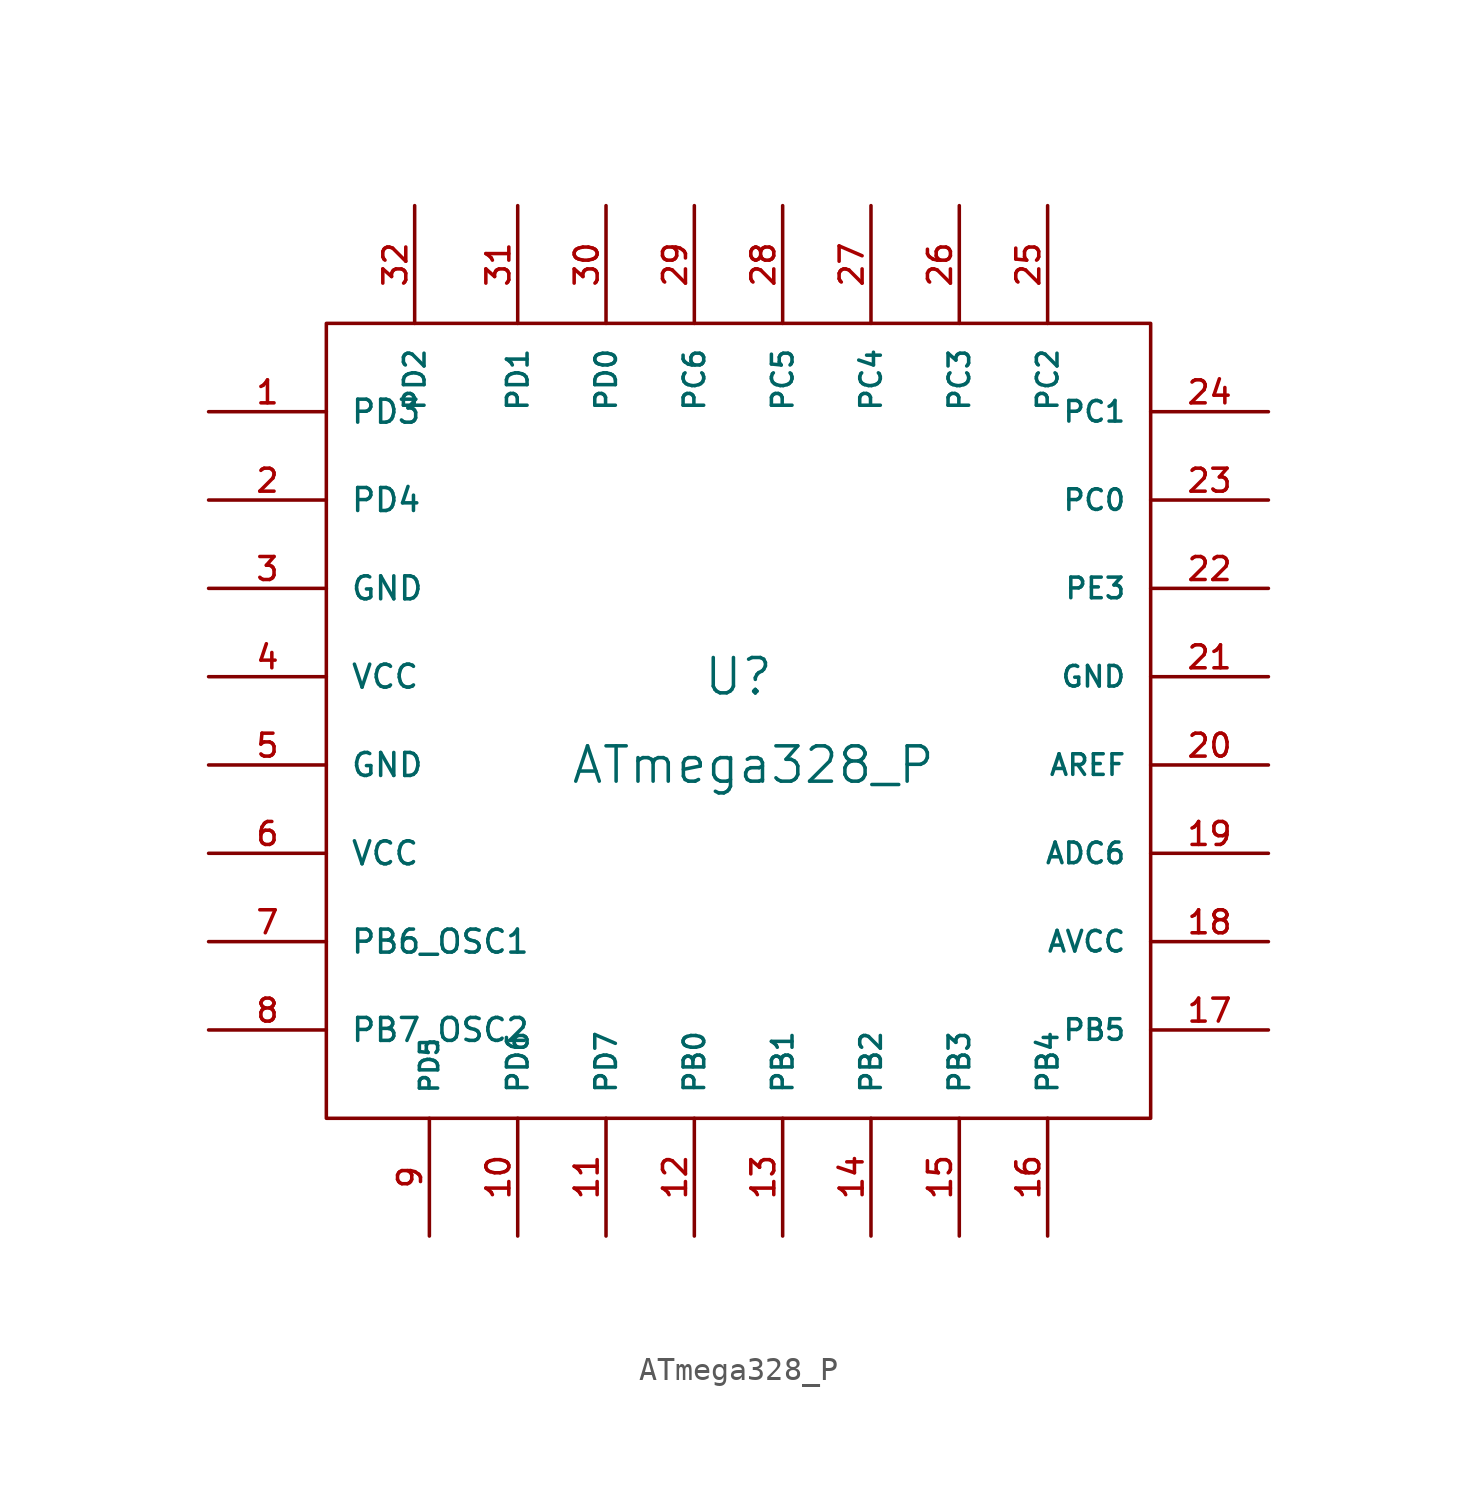
<source format=kicad_sym>
(kicad_symbol_lib
  (version 20211014)
  (generator kicad_symbol_editor)
  (symbol "ATmega328_P"
    (pin_names
      (offset 1.016))
    (property "Reference" "U"
      (at 0 1.905 0)
      (effects (font (size 1.524 1.524))))
    (property "Value" "ATmega328_P"
      (at 0.635 -1.905 0)
      (effects (font (size 1.524 1.524))))
    (symbol "ATmega328_P_0_1"
      (rectangle (start 17.78 17.145) (end -17.78 -17.145) (stroke (width 0) (type default) (color 0 0 0 0)) (fill (type none))))
    (symbol "ATmega328_P_1_1"
      (pin bidirectional line (at -22.86 13.335 0) (length 5.08) (name "PD3" (effects (font (size 0.991 0.991)))) (number "1" (effects (font (size 0.991 0.991)))))
      (pin input line (at -9.525 -22.225 90) (length 5.08) (name "PD6" (effects (font (size 0.889 0.889)))) (number "10" (effects (font (size 0.991 0.991)))))
      (pin input line (at -5.715 -22.225 90) (length 5.08) (name "PD7" (effects (font (size 0.889 0.889)))) (number "11" (effects (font (size 0.991 0.991)))))
      (pin input line (at -1.905 -22.225 90) (length 5.08) (name "PB0" (effects (font (size 0.889 0.889)))) (number "12" (effects (font (size 0.991 0.991)))))
      (pin input line (at 1.905 -22.225 90) (length 5.08) (name "PB1" (effects (font (size 0.889 0.889)))) (number "13" (effects (font (size 0.991 0.991)))))
      (pin input line (at 5.715 -22.225 90) (length 5.08) (name "PB2" (effects (font (size 0.889 0.889)))) (number "14" (effects (font (size 0.991 0.991)))))
      (pin input line (at 9.525 -22.225 90) (length 5.08) (name "PB3" (effects (font (size 0.889 0.889)))) (number "15" (effects (font (size 0.991 0.991)))))
      (pin input line (at 13.335 -22.225 90) (length 5.08) (name "PB4" (effects (font (size 0.889 0.889)))) (number "16" (effects (font (size 0.991 0.991)))))
      (pin input line (at 22.86 -13.335 180) (length 5.08) (name "PB5" (effects (font (size 0.889 0.889)))) (number "17" (effects (font (size 0.991 0.991)))))
      (pin power_in line (at 22.86 -9.525 180) (length 5.08) (name "AVCC" (effects (font (size 0.889 0.889)))) (number "18" (effects (font (size 0.991 0.991)))))
      (pin input line (at 22.86 -5.715 180) (length 5.08) (name "ADC6" (effects (font (size 0.889 0.889)))) (number "19" (effects (font (size 0.991 0.991)))))
      (pin bidirectional line (at -22.86 9.525 0) (length 5.08) (name "PD4" (effects (font (size 0.991 0.991)))) (number "2" (effects (font (size 0.991 0.991)))))
      (pin input line (at 22.86 -1.905 180) (length 5.08) (name "AREF" (effects (font (size 0.889 0.889)))) (number "20" (effects (font (size 0.991 0.991)))))
      (pin power_out line (at 22.86 1.905 180) (length 5.08) (name "GND" (effects (font (size 0.889 0.889)))) (number "21" (effects (font (size 0.991 0.991)))))
      (pin input line (at 22.86 5.715 180) (length 5.08) (name "PE3" (effects (font (size 0.889 0.889)))) (number "22" (effects (font (size 0.991 0.991)))))
      (pin input line (at 22.86 9.525 180) (length 5.08) (name "PC0" (effects (font (size 0.889 0.889)))) (number "23" (effects (font (size 0.991 0.991)))))
      (pin input line (at 22.86 13.335 180) (length 5.08) (name "PC1" (effects (font (size 0.889 0.889)))) (number "24" (effects (font (size 0.991 0.991)))))
      (pin input line (at 13.335 22.225 270) (length 5.08) (name "PC2" (effects (font (size 0.889 0.889)))) (number "25" (effects (font (size 0.991 0.991)))))
      (pin input line (at 9.525 22.225 270) (length 5.08) (name "PC3" (effects (font (size 0.889 0.889)))) (number "26" (effects (font (size 0.991 0.991)))))
      (pin input line (at 5.715 22.225 270) (length 5.08) (name "PC4" (effects (font (size 0.889 0.889)))) (number "27" (effects (font (size 0.991 0.991)))))
      (pin input line (at 1.905 22.225 270) (length 5.08) (name "PC5" (effects (font (size 0.889 0.889)))) (number "28" (effects (font (size 0.991 0.991)))))
      (pin input line (at -1.905 22.225 270) (length 5.08) (name "PC6" (effects (font (size 0.889 0.889)))) (number "29" (effects (font (size 0.991 0.991)))))
      (pin power_out line (at -22.86 5.715 0) (length 5.08) (name "GND" (effects (font (size 0.991 0.991)))) (number "3" (effects (font (size 0.991 0.991)))))
      (pin input line (at -5.715 22.225 270) (length 5.08) (name "PD0" (effects (font (size 0.889 0.889)))) (number "30" (effects (font (size 0.991 0.991)))))
      (pin input line (at -9.525 22.225 270) (length 5.08) (name "PD1" (effects (font (size 0.889 0.889)))) (number "31" (effects (font (size 0.991 0.991)))))
      (pin input line (at -13.97 22.225 270) (length 5.08) (name "PD2" (effects (font (size 0.889 0.889)))) (number "32" (effects (font (size 0.991 0.991)))))
      (pin power_in line (at -22.86 1.905 0) (length 5.08) (name "VCC" (effects (font (size 0.991 0.991)))) (number "4" (effects (font (size 0.991 0.991)))))
      (pin power_out line (at -22.86 -1.905 0) (length 5.08) (name "GND" (effects (font (size 0.991 0.991)))) (number "5" (effects (font (size 0.991 0.991)))))
      (pin power_in line (at -22.86 -5.715 0) (length 5.08) (name "VCC" (effects (font (size 0.991 0.991)))) (number "6" (effects (font (size 0.991 0.991)))))
      (pin input line (at -22.86 -9.525 0) (length 5.08) (name "PB6_OSC1" (effects (font (size 0.991 0.991)))) (number "7" (effects (font (size 0.991 0.991)))))
      (pin input line (at -22.86 -13.335 0) (length 5.08) (name "PB7_OSC2" (effects (font (size 0.991 0.991)))) (number "8" (effects (font (size 0.991 0.991)))))
      (pin input line (at -13.335 -22.225 90) (length 5.08) (name "PD5" (effects (font (size 0.787 0.787)))) (number "9" (effects (font (size 0.991 0.991))))))))
</source>
